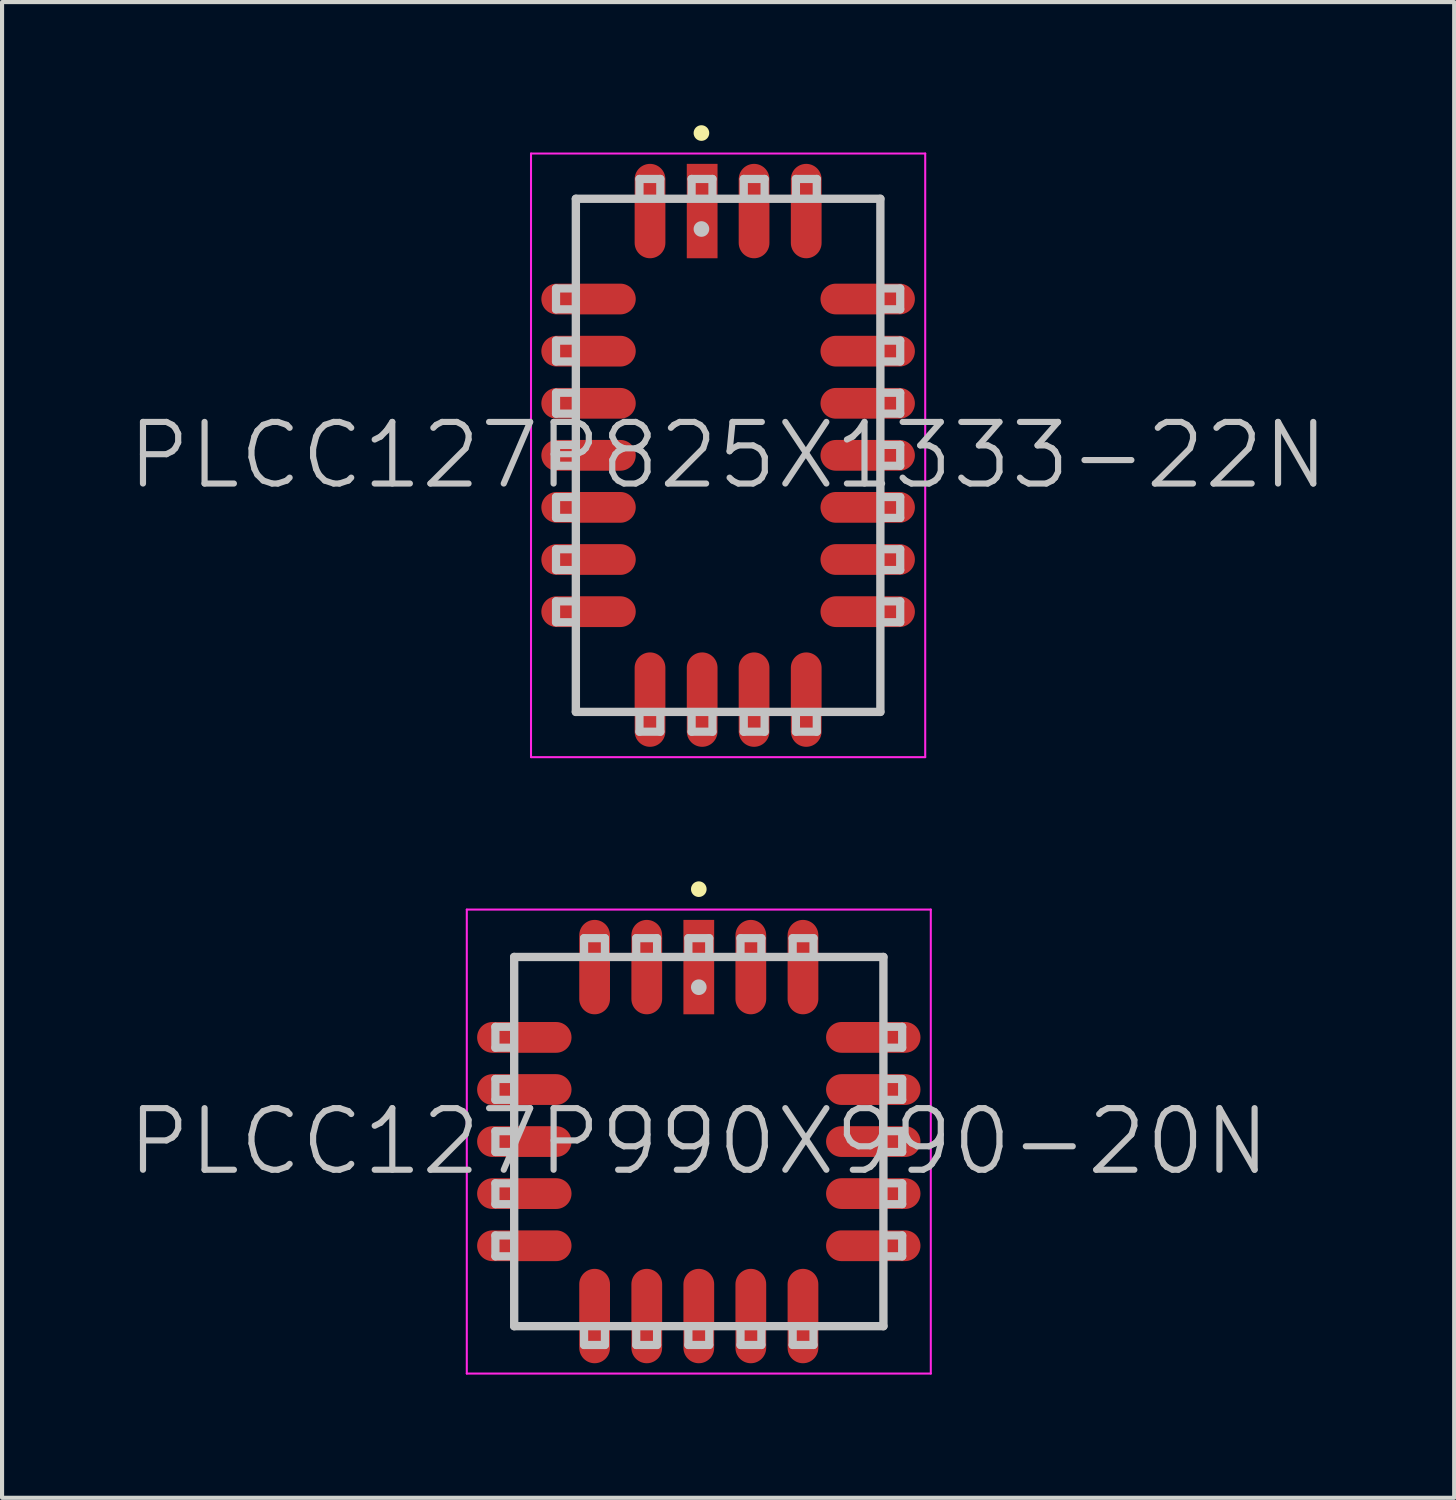
<source format=kicad_pcb>
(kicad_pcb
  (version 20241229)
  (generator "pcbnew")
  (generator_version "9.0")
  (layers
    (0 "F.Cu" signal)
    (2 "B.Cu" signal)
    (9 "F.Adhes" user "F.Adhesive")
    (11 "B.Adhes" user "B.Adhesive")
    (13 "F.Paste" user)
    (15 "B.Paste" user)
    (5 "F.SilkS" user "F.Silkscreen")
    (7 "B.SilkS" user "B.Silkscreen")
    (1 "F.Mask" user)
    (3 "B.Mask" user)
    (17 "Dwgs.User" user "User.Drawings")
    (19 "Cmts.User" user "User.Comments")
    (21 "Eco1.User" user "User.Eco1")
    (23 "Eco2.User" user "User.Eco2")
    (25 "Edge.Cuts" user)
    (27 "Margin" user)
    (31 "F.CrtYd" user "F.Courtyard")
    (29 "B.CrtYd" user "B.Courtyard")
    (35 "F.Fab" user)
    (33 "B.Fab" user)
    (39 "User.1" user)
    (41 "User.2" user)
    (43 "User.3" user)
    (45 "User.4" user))
  (footprint "PLCC127P990X990-20N"
    (layer "F.Cu")
    (at 13.968 24.751)
    (property "Reference" "PLCC127P990X990-20N" (at 0 0 0) (layer "Dwgs.User") (effects (font (size 1.5 1.5) (thickness 0.15))))
    (attr smd)
    (fp_line (start 0 -6.147) (end 0 -6.147) (stroke (width 0.381) (type solid)) (layer "F.SilkS"))
    (fp_line (start -4.953 -2.286) (end -4.953 -2.794) (stroke (width 0.2) (type solid)) (layer "Dwgs.User"))
    (fp_line (start -4.953 -1.016) (end -4.953 -1.524) (stroke (width 0.2) (type solid)) (layer "Dwgs.User"))
    (fp_line (start -4.953 0.254) (end -4.953 -0.254) (stroke (width 0.2) (type solid)) (layer "Dwgs.User"))
    (fp_line (start -4.953 1.524) (end -4.953 1.016) (stroke (width 0.2) (type solid)) (layer "Dwgs.User"))
    (fp_line (start -4.953 2.794) (end -4.953 2.286) (stroke (width 0.2) (type solid)) (layer "Dwgs.User"))
    (fp_line (start -4.572 -2.794) (end -4.953 -2.794) (stroke (width 0.2) (type solid)) (layer "Dwgs.User"))
    (fp_line (start -4.572 -2.286) (end -4.953 -2.286) (stroke (width 0.2) (type solid)) (layer "Dwgs.User"))
    (fp_line (start -4.572 -1.524) (end -4.953 -1.524) (stroke (width 0.2) (type solid)) (layer "Dwgs.User"))
    (fp_line (start -4.572 -1.016) (end -4.953 -1.016) (stroke (width 0.2) (type solid)) (layer "Dwgs.User"))
    (fp_line (start -4.572 -0.254) (end -4.953 -0.254) (stroke (width 0.2) (type solid)) (layer "Dwgs.User"))
    (fp_line (start -4.572 0.254) (end -4.953 0.254) (stroke (width 0.2) (type solid)) (layer "Dwgs.User"))
    (fp_line (start -4.572 1.016) (end -4.953 1.016) (stroke (width 0.2) (type solid)) (layer "Dwgs.User"))
    (fp_line (start -4.572 1.524) (end -4.953 1.524) (stroke (width 0.2) (type solid)) (layer "Dwgs.User"))
    (fp_line (start -4.572 2.286) (end -4.953 2.286) (stroke (width 0.2) (type solid)) (layer "Dwgs.User"))
    (fp_line (start -4.572 2.794) (end -4.953 2.794) (stroke (width 0.2) (type solid)) (layer "Dwgs.User"))
    (fp_line (start -4.496 -4.496) (end -4.496 4.496) (stroke (width 0.203) (type solid)) (layer "Dwgs.User"))
    (fp_line (start -4.496 -4.496) (end 4.496 -4.496) (stroke (width 0.203) (type solid)) (layer "Dwgs.User"))
    (fp_line (start -4.496 4.496) (end 4.496 4.496) (stroke (width 0.203) (type solid)) (layer "Dwgs.User"))
    (fp_line (start -2.794 -4.953) (end -2.286 -4.953) (stroke (width 0.2) (type solid)) (layer "Dwgs.User"))
    (fp_line (start -2.794 -4.572) (end -2.794 -4.953) (stroke (width 0.2) (type solid)) (layer "Dwgs.User"))
    (fp_line (start -2.794 4.572) (end -2.794 4.953) (stroke (width 0.2) (type solid)) (layer "Dwgs.User"))
    (fp_line (start -2.286 -4.572) (end -2.286 -4.953) (stroke (width 0.2) (type solid)) (layer "Dwgs.User"))
    (fp_line (start -2.286 4.572) (end -2.286 4.953) (stroke (width 0.2) (type solid)) (layer "Dwgs.User"))
    (fp_line (start -2.286 4.953) (end -2.794 4.953) (stroke (width 0.2) (type solid)) (layer "Dwgs.User"))
    (fp_line (start -1.524 -4.953) (end -1.016 -4.953) (stroke (width 0.2) (type solid)) (layer "Dwgs.User"))
    (fp_line (start -1.524 -4.572) (end -1.524 -4.953) (stroke (width 0.2) (type solid)) (layer "Dwgs.User"))
    (fp_line (start -1.524 4.572) (end -1.524 4.953) (stroke (width 0.2) (type solid)) (layer "Dwgs.User"))
    (fp_line (start -1.016 -4.572) (end -1.016 -4.953) (stroke (width 0.2) (type solid)) (layer "Dwgs.User"))
    (fp_line (start -1.016 4.572) (end -1.016 4.953) (stroke (width 0.2) (type solid)) (layer "Dwgs.User"))
    (fp_line (start -1.016 4.953) (end -1.524 4.953) (stroke (width 0.2) (type solid)) (layer "Dwgs.User"))
    (fp_line (start -0.254 -4.953) (end 0.254 -4.953) (stroke (width 0.2) (type solid)) (layer "Dwgs.User"))
    (fp_line (start -0.254 -4.572) (end -0.254 -4.953) (stroke (width 0.2) (type solid)) (layer "Dwgs.User"))
    (fp_line (start -0.254 4.572) (end -0.254 4.953) (stroke (width 0.2) (type solid)) (layer "Dwgs.User"))
    (fp_line (start 0 -3.759) (end 0 -3.759) (stroke (width 0.381) (type solid)) (layer "Dwgs.User"))
    (fp_line (start 0.254 -4.572) (end 0.254 -4.953) (stroke (width 0.2) (type solid)) (layer "Dwgs.User"))
    (fp_line (start 0.254 4.572) (end 0.254 4.953) (stroke (width 0.2) (type solid)) (layer "Dwgs.User"))
    (fp_line (start 0.254 4.953) (end -0.254 4.953) (stroke (width 0.2) (type solid)) (layer "Dwgs.User"))
    (fp_line (start 1.016 -4.953) (end 1.524 -4.953) (stroke (width 0.2) (type solid)) (layer "Dwgs.User"))
    (fp_line (start 1.016 -4.572) (end 1.016 -4.953) (stroke (width 0.2) (type solid)) (layer "Dwgs.User"))
    (fp_line (start 1.016 4.572) (end 1.016 4.953) (stroke (width 0.2) (type solid)) (layer "Dwgs.User"))
    (fp_line (start 1.524 -4.572) (end 1.524 -4.953) (stroke (width 0.2) (type solid)) (layer "Dwgs.User"))
    (fp_line (start 1.524 4.572) (end 1.524 4.953) (stroke (width 0.2) (type solid)) (layer "Dwgs.User"))
    (fp_line (start 1.524 4.953) (end 1.016 4.953) (stroke (width 0.2) (type solid)) (layer "Dwgs.User"))
    (fp_line (start 2.286 -4.953) (end 2.794 -4.953) (stroke (width 0.2) (type solid)) (layer "Dwgs.User"))
    (fp_line (start 2.286 -4.572) (end 2.286 -4.953) (stroke (width 0.2) (type solid)) (layer "Dwgs.User"))
    (fp_line (start 2.286 4.572) (end 2.286 4.953) (stroke (width 0.2) (type solid)) (layer "Dwgs.User"))
    (fp_line (start 2.794 -4.572) (end 2.794 -4.953) (stroke (width 0.2) (type solid)) (layer "Dwgs.User"))
    (fp_line (start 2.794 4.572) (end 2.794 4.953) (stroke (width 0.2) (type solid)) (layer "Dwgs.User"))
    (fp_line (start 2.794 4.953) (end 2.286 4.953) (stroke (width 0.2) (type solid)) (layer "Dwgs.User"))
    (fp_line (start 4.496 -4.496) (end 4.496 4.496) (stroke (width 0.203) (type solid)) (layer "Dwgs.User"))
    (fp_line (start 4.572 -2.794) (end 4.953 -2.794) (stroke (width 0.2) (type solid)) (layer "Dwgs.User"))
    (fp_line (start 4.572 -2.286) (end 4.953 -2.286) (stroke (width 0.2) (type solid)) (layer "Dwgs.User"))
    (fp_line (start 4.572 -1.524) (end 4.953 -1.524) (stroke (width 0.2) (type solid)) (layer "Dwgs.User"))
    (fp_line (start 4.572 -1.016) (end 4.953 -1.016) (stroke (width 0.2) (type solid)) (layer "Dwgs.User"))
    (fp_line (start 4.572 -0.254) (end 4.953 -0.254) (stroke (width 0.2) (type solid)) (layer "Dwgs.User"))
    (fp_line (start 4.572 0.254) (end 4.953 0.254) (stroke (width 0.2) (type solid)) (layer "Dwgs.User"))
    (fp_line (start 4.572 1.016) (end 4.953 1.016) (stroke (width 0.2) (type solid)) (layer "Dwgs.User"))
    (fp_line (start 4.572 1.524) (end 4.953 1.524) (stroke (width 0.2) (type solid)) (layer "Dwgs.User"))
    (fp_line (start 4.572 2.286) (end 4.953 2.286) (stroke (width 0.2) (type solid)) (layer "Dwgs.User"))
    (fp_line (start 4.572 2.794) (end 4.953 2.794) (stroke (width 0.2) (type solid)) (layer "Dwgs.User"))
    (fp_line (start 4.953 -2.794) (end 4.953 -2.286) (stroke (width 0.2) (type solid)) (layer "Dwgs.User"))
    (fp_line (start 4.953 -1.524) (end 4.953 -1.016) (stroke (width 0.2) (type solid)) (layer "Dwgs.User"))
    (fp_line (start 4.953 -0.254) (end 4.953 0.254) (stroke (width 0.2) (type solid)) (layer "Dwgs.User"))
    (fp_line (start 4.953 1.016) (end 4.953 1.524) (stroke (width 0.2) (type solid)) (layer "Dwgs.User"))
    (fp_line (start 4.953 2.286) (end 4.953 2.794) (stroke (width 0.2) (type solid)) (layer "Dwgs.User"))
    (fp_line (start -5.65 -5.65) (end -5.65 5.65) (stroke (width 0.05) (type solid)) (layer "F.CrtYd"))
    (fp_line (start -5.65 -5.65) (end 5.65 -5.65) (stroke (width 0.05) (type solid)) (layer "F.CrtYd"))
    (fp_line (start -5.65 5.65) (end 5.65 5.65) (stroke (width 0.05) (type solid)) (layer "F.CrtYd"))
    (fp_line (start 5.65 -5.65) (end 5.65 5.65) (stroke (width 0.05) (type solid)) (layer "F.CrtYd"))
    (pad "1" smd rect (at 0 -4.249) (size 0.749 2.299) (layers "F.Cu" "F.Mask" "F.Paste"))
    (pad "2" smd oval (at -1.267 -4.249) (size 0.749 2.299) (layers "F.Cu" "F.Mask" "F.Paste"))
    (pad "3" smd oval (at -2.537 -4.249) (size 0.749 2.299) (layers "F.Cu" "F.Mask" "F.Paste"))
    (pad "4" smd oval (at -4.249 -2.537 90) (size 0.749 2.299) (layers "F.Cu" "F.Mask" "F.Paste"))
    (pad "5" smd oval (at -4.249 -1.267 90) (size 0.749 2.299) (layers "F.Cu" "F.Mask" "F.Paste"))
    (pad "6" smd oval (at -4.249 0 90) (size 0.749 2.299) (layers "F.Cu" "F.Mask" "F.Paste"))
    (pad "7" smd oval (at -4.249 1.267 90) (size 0.749 2.299) (layers "F.Cu" "F.Mask" "F.Paste"))
    (pad "8" smd oval (at -4.249 2.537 90) (size 0.749 2.299) (layers "F.Cu" "F.Mask" "F.Paste"))
    (pad "9" smd oval (at -2.537 4.249 180) (size 0.749 2.299) (layers "F.Cu" "F.Mask" "F.Paste"))
    (pad "10" smd oval (at -1.267 4.249 180) (size 0.749 2.299) (layers "F.Cu" "F.Mask" "F.Paste"))
    (pad "11" smd oval (at 0 4.249 180) (size 0.749 2.299) (layers "F.Cu" "F.Mask" "F.Paste"))
    (pad "12" smd oval (at 1.267 4.249 180) (size 0.749 2.299) (layers "F.Cu" "F.Mask" "F.Paste"))
    (pad "13" smd oval (at 2.537 4.249 180) (size 0.749 2.299) (layers "F.Cu" "F.Mask" "F.Paste"))
    (pad "14" smd oval (at 4.249 2.537 270) (size 0.749 2.299) (layers "F.Cu" "F.Mask" "F.Paste"))
    (pad "15" smd oval (at 4.249 1.267 270) (size 0.749 2.299) (layers "F.Cu" "F.Mask" "F.Paste"))
    (pad "16" smd oval (at 4.249 0 270) (size 0.749 2.299) (layers "F.Cu" "F.Mask" "F.Paste"))
    (pad "17" smd oval (at 4.249 -1.267 270) (size 0.749 2.299) (layers "F.Cu" "F.Mask" "F.Paste"))
    (pad "18" smd oval (at 4.249 -2.537 270) (size 0.749 2.299) (layers "F.Cu" "F.Mask" "F.Paste"))
    (pad "19" smd oval (at 2.537 -4.249) (size 0.749 2.299) (layers "F.Cu" "F.Mask" "F.Paste"))
    (pad "20" smd oval (at 1.267 -4.249) (size 0.749 2.299) (layers "F.Cu" "F.Mask" "F.Paste")))
  (footprint "PLCC127P825X1333-22N"
    (layer "F.Cu")
    (at 14.682 8.039)
    (property "Reference" "PLCC127P825X1333-22N" (at 0 0 0) (layer "Dwgs.User") (effects (font (size 1.5 1.5) (thickness 0.15))))
    (attr smd)
    (fp_line (start -0.65 -7.849) (end -0.65 -7.849) (stroke (width 0.381) (type solid)) (layer "F.SilkS"))
    (fp_line (start -4.191 -3.556) (end -4.191 -4.064) (stroke (width 0.2) (type solid)) (layer "Dwgs.User"))
    (fp_line (start -4.191 -2.286) (end -4.191 -2.794) (stroke (width 0.2) (type solid)) (layer "Dwgs.User"))
    (fp_line (start -4.191 -1.016) (end -4.191 -1.524) (stroke (width 0.2) (type solid)) (layer "Dwgs.User"))
    (fp_line (start -4.191 0.254) (end -4.191 -0.254) (stroke (width 0.2) (type solid)) (layer "Dwgs.User"))
    (fp_line (start -4.191 1.524) (end -4.191 1.016) (stroke (width 0.2) (type solid)) (layer "Dwgs.User"))
    (fp_line (start -4.191 2.794) (end -4.191 2.286) (stroke (width 0.2) (type solid)) (layer "Dwgs.User"))
    (fp_line (start -4.191 4.064) (end -4.191 3.556) (stroke (width 0.2) (type solid)) (layer "Dwgs.User"))
    (fp_line (start -3.81 -4.064) (end -4.191 -4.064) (stroke (width 0.2) (type solid)) (layer "Dwgs.User"))
    (fp_line (start -3.81 -3.556) (end -4.191 -3.556) (stroke (width 0.2) (type solid)) (layer "Dwgs.User"))
    (fp_line (start -3.81 -2.794) (end -4.191 -2.794) (stroke (width 0.2) (type solid)) (layer "Dwgs.User"))
    (fp_line (start -3.81 -2.286) (end -4.191 -2.286) (stroke (width 0.2) (type solid)) (layer "Dwgs.User"))
    (fp_line (start -3.81 -1.524) (end -4.191 -1.524) (stroke (width 0.2) (type solid)) (layer "Dwgs.User"))
    (fp_line (start -3.81 -1.016) (end -4.191 -1.016) (stroke (width 0.2) (type solid)) (layer "Dwgs.User"))
    (fp_line (start -3.81 -0.254) (end -4.191 -0.254) (stroke (width 0.2) (type solid)) (layer "Dwgs.User"))
    (fp_line (start -3.81 0.254) (end -4.191 0.254) (stroke (width 0.2) (type solid)) (layer "Dwgs.User"))
    (fp_line (start -3.81 1.016) (end -4.191 1.016) (stroke (width 0.2) (type solid)) (layer "Dwgs.User"))
    (fp_line (start -3.81 1.524) (end -4.191 1.524) (stroke (width 0.2) (type solid)) (layer "Dwgs.User"))
    (fp_line (start -3.81 2.286) (end -4.191 2.286) (stroke (width 0.2) (type solid)) (layer "Dwgs.User"))
    (fp_line (start -3.81 2.794) (end -4.191 2.794) (stroke (width 0.2) (type solid)) (layer "Dwgs.User"))
    (fp_line (start -3.81 3.556) (end -4.191 3.556) (stroke (width 0.2) (type solid)) (layer "Dwgs.User"))
    (fp_line (start -3.81 4.064) (end -4.191 4.064) (stroke (width 0.2) (type solid)) (layer "Dwgs.User"))
    (fp_line (start -3.708 -6.248) (end -3.708 6.248) (stroke (width 0.203) (type solid)) (layer "Dwgs.User"))
    (fp_line (start -3.708 -6.248) (end 3.708 -6.248) (stroke (width 0.203) (type solid)) (layer "Dwgs.User"))
    (fp_line (start -3.708 6.248) (end 3.708 6.248) (stroke (width 0.203) (type solid)) (layer "Dwgs.User"))
    (fp_line (start -2.159 -6.731) (end -1.651 -6.731) (stroke (width 0.2) (type solid)) (layer "Dwgs.User"))
    (fp_line (start -2.159 -6.35) (end -2.159 -6.731) (stroke (width 0.2) (type solid)) (layer "Dwgs.User"))
    (fp_line (start -2.159 6.35) (end -2.159 6.731) (stroke (width 0.2) (type solid)) (layer "Dwgs.User"))
    (fp_line (start -1.651 -6.35) (end -1.651 -6.731) (stroke (width 0.2) (type solid)) (layer "Dwgs.User"))
    (fp_line (start -1.651 6.35) (end -1.651 6.731) (stroke (width 0.2) (type solid)) (layer "Dwgs.User"))
    (fp_line (start -1.651 6.731) (end -2.159 6.731) (stroke (width 0.2) (type solid)) (layer "Dwgs.User"))
    (fp_line (start -0.889 -6.731) (end -0.381 -6.731) (stroke (width 0.2) (type solid)) (layer "Dwgs.User"))
    (fp_line (start -0.889 -6.35) (end -0.889 -6.731) (stroke (width 0.2) (type solid)) (layer "Dwgs.User"))
    (fp_line (start -0.889 6.35) (end -0.889 6.731) (stroke (width 0.2) (type solid)) (layer "Dwgs.User"))
    (fp_line (start -0.65 -5.512) (end -0.65 -5.512) (stroke (width 0.381) (type solid)) (layer "Dwgs.User"))
    (fp_line (start -0.381 -6.35) (end -0.381 -6.731) (stroke (width 0.2) (type solid)) (layer "Dwgs.User"))
    (fp_line (start -0.381 6.35) (end -0.381 6.731) (stroke (width 0.2) (type solid)) (layer "Dwgs.User"))
    (fp_line (start -0.381 6.731) (end -0.889 6.731) (stroke (width 0.2) (type solid)) (layer "Dwgs.User"))
    (fp_line (start 0.381 -6.731) (end 0.889 -6.731) (stroke (width 0.2) (type solid)) (layer "Dwgs.User"))
    (fp_line (start 0.381 -6.35) (end 0.381 -6.731) (stroke (width 0.2) (type solid)) (layer "Dwgs.User"))
    (fp_line (start 0.381 6.35) (end 0.381 6.731) (stroke (width 0.2) (type solid)) (layer "Dwgs.User"))
    (fp_line (start 0.889 -6.35) (end 0.889 -6.731) (stroke (width 0.2) (type solid)) (layer "Dwgs.User"))
    (fp_line (start 0.889 6.35) (end 0.889 6.731) (stroke (width 0.2) (type solid)) (layer "Dwgs.User"))
    (fp_line (start 0.889 6.731) (end 0.381 6.731) (stroke (width 0.2) (type solid)) (layer "Dwgs.User"))
    (fp_line (start 1.651 -6.731) (end 2.159 -6.731) (stroke (width 0.2) (type solid)) (layer "Dwgs.User"))
    (fp_line (start 1.651 -6.35) (end 1.651 -6.731) (stroke (width 0.2) (type solid)) (layer "Dwgs.User"))
    (fp_line (start 1.651 6.35) (end 1.651 6.731) (stroke (width 0.2) (type solid)) (layer "Dwgs.User"))
    (fp_line (start 2.159 -6.35) (end 2.159 -6.731) (stroke (width 0.2) (type solid)) (layer "Dwgs.User"))
    (fp_line (start 2.159 6.35) (end 2.159 6.731) (stroke (width 0.2) (type solid)) (layer "Dwgs.User"))
    (fp_line (start 2.159 6.731) (end 1.651 6.731) (stroke (width 0.2) (type solid)) (layer "Dwgs.User"))
    (fp_line (start 3.708 -6.248) (end 3.708 6.248) (stroke (width 0.203) (type solid)) (layer "Dwgs.User"))
    (fp_line (start 3.81 -4.064) (end 4.191 -4.064) (stroke (width 0.2) (type solid)) (layer "Dwgs.User"))
    (fp_line (start 3.81 -3.556) (end 4.191 -3.556) (stroke (width 0.2) (type solid)) (layer "Dwgs.User"))
    (fp_line (start 3.81 -2.794) (end 4.191 -2.794) (stroke (width 0.2) (type solid)) (layer "Dwgs.User"))
    (fp_line (start 3.81 -2.286) (end 4.191 -2.286) (stroke (width 0.2) (type solid)) (layer "Dwgs.User"))
    (fp_line (start 3.81 -1.524) (end 4.191 -1.524) (stroke (width 0.2) (type solid)) (layer "Dwgs.User"))
    (fp_line (start 3.81 -1.016) (end 4.191 -1.016) (stroke (width 0.2) (type solid)) (layer "Dwgs.User"))
    (fp_line (start 3.81 -0.254) (end 4.191 -0.254) (stroke (width 0.2) (type solid)) (layer "Dwgs.User"))
    (fp_line (start 3.81 0.254) (end 4.191 0.254) (stroke (width 0.2) (type solid)) (layer "Dwgs.User"))
    (fp_line (start 3.81 1.016) (end 4.191 1.016) (stroke (width 0.2) (type solid)) (layer "Dwgs.User"))
    (fp_line (start 3.81 1.524) (end 4.191 1.524) (stroke (width 0.2) (type solid)) (layer "Dwgs.User"))
    (fp_line (start 3.81 2.286) (end 4.191 2.286) (stroke (width 0.2) (type solid)) (layer "Dwgs.User"))
    (fp_line (start 3.81 2.794) (end 4.191 2.794) (stroke (width 0.2) (type solid)) (layer "Dwgs.User"))
    (fp_line (start 3.81 3.556) (end 4.191 3.556) (stroke (width 0.2) (type solid)) (layer "Dwgs.User"))
    (fp_line (start 3.81 4.064) (end 4.191 4.064) (stroke (width 0.2) (type solid)) (layer "Dwgs.User"))
    (fp_line (start 4.191 -4.064) (end 4.191 -3.556) (stroke (width 0.2) (type solid)) (layer "Dwgs.User"))
    (fp_line (start 4.191 -2.794) (end 4.191 -2.286) (stroke (width 0.2) (type solid)) (layer "Dwgs.User"))
    (fp_line (start 4.191 -1.524) (end 4.191 -1.016) (stroke (width 0.2) (type solid)) (layer "Dwgs.User"))
    (fp_line (start 4.191 -0.254) (end 4.191 0.254) (stroke (width 0.2) (type solid)) (layer "Dwgs.User"))
    (fp_line (start 4.191 1.016) (end 4.191 1.524) (stroke (width 0.2) (type solid)) (layer "Dwgs.User"))
    (fp_line (start 4.191 2.286) (end 4.191 2.794) (stroke (width 0.2) (type solid)) (layer "Dwgs.User"))
    (fp_line (start 4.191 3.556) (end 4.191 4.064) (stroke (width 0.2) (type solid)) (layer "Dwgs.User"))
    (fp_line (start -4.8 -7.35) (end -4.8 7.35) (stroke (width 0.05) (type solid)) (layer "F.CrtYd"))
    (fp_line (start -4.8 -7.35) (end 4.8 -7.35) (stroke (width 0.05) (type solid)) (layer "F.CrtYd"))
    (fp_line (start -4.8 7.35) (end 4.8 7.35) (stroke (width 0.05) (type solid)) (layer "F.CrtYd"))
    (fp_line (start 4.8 -7.35) (end 4.8 7.35) (stroke (width 0.05) (type solid)) (layer "F.CrtYd"))
    (pad "1" smd rect (at -0.632 -5.949) (size 0.749 2.299) (layers "F.Cu" "F.Mask" "F.Paste"))
    (pad "2" smd oval (at -1.902 -5.949) (size 0.749 2.299) (layers "F.Cu" "F.Mask" "F.Paste"))
    (pad "3" smd oval (at -3.399 -3.807 90) (size 0.749 2.299) (layers "F.Cu" "F.Mask" "F.Paste"))
    (pad "4" smd oval (at -3.399 -2.537 90) (size 0.749 2.299) (layers "F.Cu" "F.Mask" "F.Paste"))
    (pad "5" smd oval (at -3.399 -1.267 90) (size 0.749 2.299) (layers "F.Cu" "F.Mask" "F.Paste"))
    (pad "6" smd oval (at -3.399 0 90) (size 0.749 2.299) (layers "F.Cu" "F.Mask" "F.Paste"))
    (pad "7" smd oval (at -3.399 1.267 90) (size 0.749 2.299) (layers "F.Cu" "F.Mask" "F.Paste"))
    (pad "8" smd oval (at -3.399 2.537 90) (size 0.749 2.299) (layers "F.Cu" "F.Mask" "F.Paste"))
    (pad "9" smd oval (at -3.399 3.807 90) (size 0.749 2.299) (layers "F.Cu" "F.Mask" "F.Paste"))
    (pad "10" smd oval (at -1.902 5.949 180) (size 0.749 2.299) (layers "F.Cu" "F.Mask" "F.Paste"))
    (pad "11" smd oval (at -0.632 5.949 180) (size 0.749 2.299) (layers "F.Cu" "F.Mask" "F.Paste"))
    (pad "12" smd oval (at 0.632 5.949 180) (size 0.749 2.299) (layers "F.Cu" "F.Mask" "F.Paste"))
    (pad "13" smd oval (at 1.902 5.949 180) (size 0.749 2.299) (layers "F.Cu" "F.Mask" "F.Paste"))
    (pad "14" smd oval (at 3.399 3.807 270) (size 0.749 2.299) (layers "F.Cu" "F.Mask" "F.Paste"))
    (pad "15" smd oval (at 3.399 2.537 270) (size 0.749 2.299) (layers "F.Cu" "F.Mask" "F.Paste"))
    (pad "16" smd oval (at 3.399 1.267 270) (size 0.749 2.299) (layers "F.Cu" "F.Mask" "F.Paste"))
    (pad "17" smd oval (at 3.399 0 270) (size 0.749 2.299) (layers "F.Cu" "F.Mask" "F.Paste"))
    (pad "18" smd oval (at 3.399 -1.267 270) (size 0.749 2.299) (layers "F.Cu" "F.Mask" "F.Paste"))
    (pad "19" smd oval (at 3.399 -2.537 270) (size 0.749 2.299) (layers "F.Cu" "F.Mask" "F.Paste"))
    (pad "20" smd oval (at 3.399 -3.807 270) (size 0.749 2.299) (layers "F.Cu" "F.Mask" "F.Paste"))
    (pad "21" smd oval (at 1.902 -5.949) (size 0.749 2.299) (layers "F.Cu" "F.Mask" "F.Paste"))
    (pad "22" smd oval (at 0.632 -5.949) (size 0.749 2.299) (layers "F.Cu" "F.Mask" "F.Paste")))
  (gr_rect
    (start -3 -3)
    (end 32.364 33.426)
    (stroke (width 0.1) (type default))
    (fill no)
    (layer "Edge.Cuts")))
</source>
